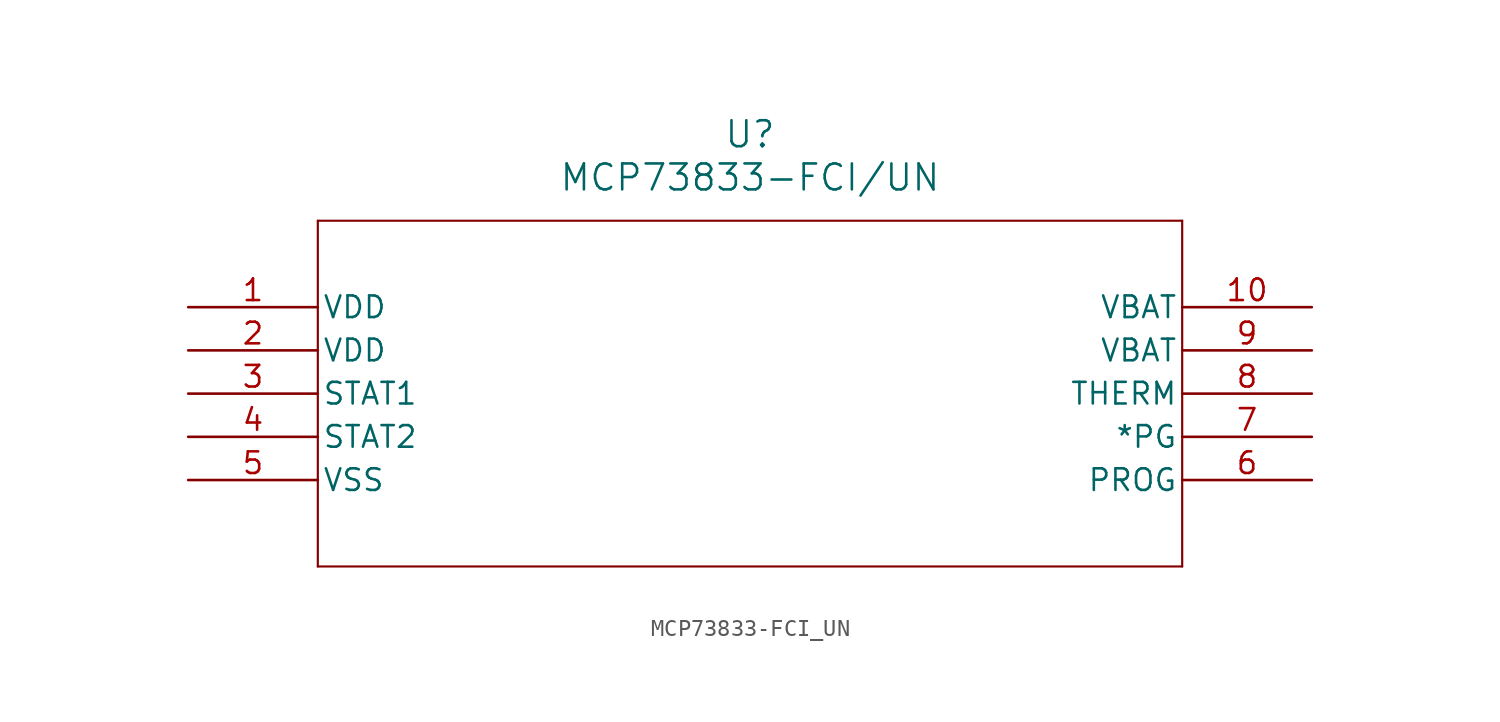
<source format=kicad_sym>
(kicad_symbol_lib
  (version 20241209)
  (generator "kicad_symbol_editor")
  (generator_version "9.0")
  (symbol "MCP73833-FCI_UN"
    (pin_names
      (offset 0.254))
    (property "Reference" "U"
      (at 33.02 10.16 0)
      (effects (font (size 1.524 1.524))))
    (property "Value" "MCP73833-FCI/UN"
      (at 33.02 7.62 0)
      (effects (font (size 1.524 1.524))))
    (property "ki_locked" ""
      (at 0 0 0)
      (effects (font (size 1.27 1.27))))
    (symbol "MCP73833-FCI_UN_0_1"
      (polyline (pts (xy 7.62 5.08) (xy 7.62 -15.24)) (stroke (width 0.127) (type default)) (fill (type none)))
      (polyline (pts (xy 7.62 -15.24) (xy 58.42 -15.24)) (stroke (width 0.127) (type default)) (fill (type none)))
      (polyline (pts (xy 58.42 5.08) (xy 7.62 5.08)) (stroke (width 0.127) (type default)) (fill (type none)))
      (polyline (pts (xy 58.42 -15.24) (xy 58.42 5.08)) (stroke (width 0.127) (type default)) (fill (type none)))
      (pin unspecified line (at 0 0 0) (length 7.62) (name "VDD" (effects (font (size 1.27 1.27)))) (number "1" (effects (font (size 1.27 1.27)))))
      (pin unspecified line (at 0 -2.54 0) (length 7.62) (name "VDD" (effects (font (size 1.27 1.27)))) (number "2" (effects (font (size 1.27 1.27)))))
      (pin unspecified line (at 0 -5.08 0) (length 7.62) (name "STAT1" (effects (font (size 1.27 1.27)))) (number "3" (effects (font (size 1.27 1.27)))))
      (pin unspecified line (at 0 -7.62 0) (length 7.62) (name "STAT2" (effects (font (size 1.27 1.27)))) (number "4" (effects (font (size 1.27 1.27)))))
      (pin unspecified line (at 0 -10.16 0) (length 7.62) (name "VSS" (effects (font (size 1.27 1.27)))) (number "5" (effects (font (size 1.27 1.27)))))
      (pin unspecified line (at 66.04 0 180) (length 7.62) (name "VBAT" (effects (font (size 1.27 1.27)))) (number "10" (effects (font (size 1.27 1.27)))))
      (pin unspecified line (at 66.04 -2.54 180) (length 7.62) (name "VBAT" (effects (font (size 1.27 1.27)))) (number "9" (effects (font (size 1.27 1.27)))))
      (pin unspecified line (at 66.04 -5.08 180) (length 7.62) (name "THERM" (effects (font (size 1.27 1.27)))) (number "8" (effects (font (size 1.27 1.27)))))
      (pin unspecified line (at 66.04 -7.62 180) (length 7.62) (name "*PG" (effects (font (size 1.27 1.27)))) (number "7" (effects (font (size 1.27 1.27)))))
      (pin unspecified line (at 66.04 -10.16 180) (length 7.62) (name "PROG" (effects (font (size 1.27 1.27)))) (number "6" (effects (font (size 1.27 1.27))))))))
</source>
